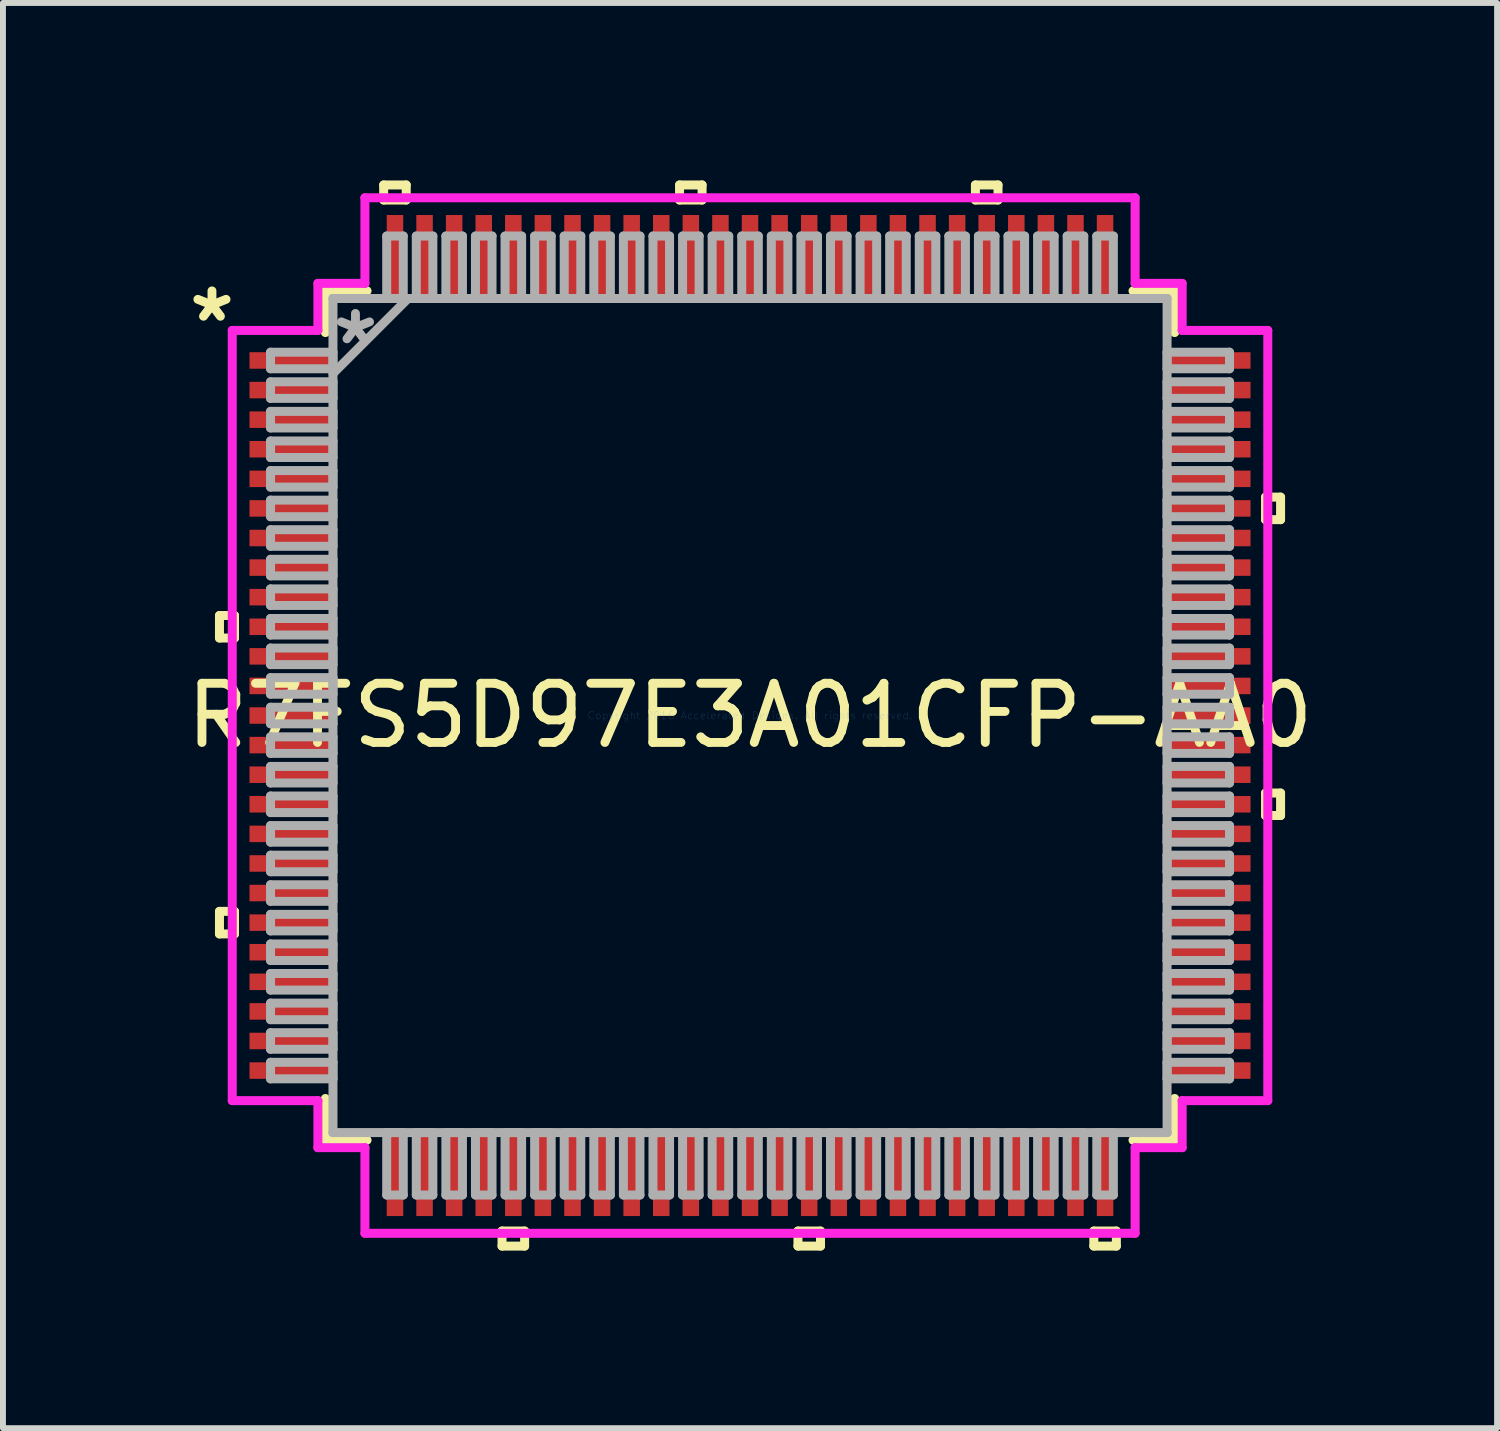
<source format=kicad_pcb>
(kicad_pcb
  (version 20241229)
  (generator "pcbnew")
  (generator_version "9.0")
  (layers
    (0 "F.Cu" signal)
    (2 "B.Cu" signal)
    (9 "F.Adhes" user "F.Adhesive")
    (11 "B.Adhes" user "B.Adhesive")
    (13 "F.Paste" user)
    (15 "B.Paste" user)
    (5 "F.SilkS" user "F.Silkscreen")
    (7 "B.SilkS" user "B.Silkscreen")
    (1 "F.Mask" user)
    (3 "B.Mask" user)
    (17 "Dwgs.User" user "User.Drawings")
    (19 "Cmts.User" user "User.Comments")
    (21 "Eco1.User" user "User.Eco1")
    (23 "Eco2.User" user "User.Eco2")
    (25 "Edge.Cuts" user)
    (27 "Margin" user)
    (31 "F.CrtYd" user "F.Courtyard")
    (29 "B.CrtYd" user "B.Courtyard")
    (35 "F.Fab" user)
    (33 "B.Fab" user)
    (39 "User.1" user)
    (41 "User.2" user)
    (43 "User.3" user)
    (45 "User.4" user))
  (footprint "R7FS5D97E3A01CFP-AA0"
    (layer "F.Cu")
    (at 9.625 9.042)
    (property "Reference" "R7FS5D97E3A01CFP-AA0" (at 0 0 0) (layer "F.SilkS") (effects (font (size 1 1) (thickness 0.15))))
    (attr through_hole)
    (fp_line (start -8.966 -1.69) (end -8.966 -1.31) (stroke (width 0.152) (type solid)) (layer "F.SilkS"))
    (fp_line (start -8.966 -1.31) (end -8.712 -1.31) (stroke (width 0.152) (type solid)) (layer "F.SilkS"))
    (fp_line (start -8.966 3.31) (end -8.966 3.691) (stroke (width 0.152) (type solid)) (layer "F.SilkS"))
    (fp_line (start -8.966 3.691) (end -8.712 3.691) (stroke (width 0.152) (type solid)) (layer "F.SilkS"))
    (fp_line (start -8.712 -1.69) (end -8.966 -1.69) (stroke (width 0.152) (type solid)) (layer "F.SilkS"))
    (fp_line (start -8.712 -1.31) (end -8.712 -1.69) (stroke (width 0.152) (type solid)) (layer "F.SilkS"))
    (fp_line (start -8.712 3.31) (end -8.966 3.31) (stroke (width 0.152) (type solid)) (layer "F.SilkS"))
    (fp_line (start -8.712 3.691) (end -8.712 3.31) (stroke (width 0.152) (type solid)) (layer "F.SilkS"))
    (fp_line (start -7.176 -7.176) (end -7.176 -6.472) (stroke (width 0.152) (type solid)) (layer "F.SilkS"))
    (fp_line (start -7.176 6.472) (end -7.176 7.176) (stroke (width 0.152) (type solid)) (layer "F.SilkS"))
    (fp_line (start -7.176 7.176) (end -6.472 7.176) (stroke (width 0.152) (type solid)) (layer "F.SilkS"))
    (fp_line (start -6.472 -7.176) (end -7.176 -7.176) (stroke (width 0.152) (type solid)) (layer "F.SilkS"))
    (fp_line (start -6.191 -8.966) (end -5.81 -8.966) (stroke (width 0.152) (type solid)) (layer "F.SilkS"))
    (fp_line (start -6.191 -8.712) (end -6.191 -8.966) (stroke (width 0.152) (type solid)) (layer "F.SilkS"))
    (fp_line (start -5.81 -8.966) (end -5.81 -8.712) (stroke (width 0.152) (type solid)) (layer "F.SilkS"))
    (fp_line (start -5.81 -8.712) (end -6.191 -8.712) (stroke (width 0.152) (type solid)) (layer "F.SilkS"))
    (fp_line (start -4.191 8.712) (end -4.191 8.966) (stroke (width 0.152) (type solid)) (layer "F.SilkS"))
    (fp_line (start -4.191 8.966) (end -3.809 8.966) (stroke (width 0.152) (type solid)) (layer "F.SilkS"))
    (fp_line (start -3.809 8.712) (end -4.191 8.712) (stroke (width 0.152) (type solid)) (layer "F.SilkS"))
    (fp_line (start -3.809 8.966) (end -3.809 8.712) (stroke (width 0.152) (type solid)) (layer "F.SilkS"))
    (fp_line (start -1.191 -8.966) (end -0.81 -8.966) (stroke (width 0.152) (type solid)) (layer "F.SilkS"))
    (fp_line (start -1.191 -8.712) (end -1.191 -8.966) (stroke (width 0.152) (type solid)) (layer "F.SilkS"))
    (fp_line (start -0.81 -8.966) (end -0.81 -8.712) (stroke (width 0.152) (type solid)) (layer "F.SilkS"))
    (fp_line (start -0.81 -8.712) (end -1.191 -8.712) (stroke (width 0.152) (type solid)) (layer "F.SilkS"))
    (fp_line (start 0.81 8.712) (end 0.81 8.966) (stroke (width 0.152) (type solid)) (layer "F.SilkS"))
    (fp_line (start 0.81 8.966) (end 1.191 8.966) (stroke (width 0.152) (type solid)) (layer "F.SilkS"))
    (fp_line (start 1.191 8.712) (end 0.81 8.712) (stroke (width 0.152) (type solid)) (layer "F.SilkS"))
    (fp_line (start 1.191 8.966) (end 1.191 8.712) (stroke (width 0.152) (type solid)) (layer "F.SilkS"))
    (fp_line (start 3.809 -8.966) (end 4.191 -8.966) (stroke (width 0.152) (type solid)) (layer "F.SilkS"))
    (fp_line (start 3.809 -8.712) (end 3.809 -8.966) (stroke (width 0.152) (type solid)) (layer "F.SilkS"))
    (fp_line (start 4.191 -8.966) (end 4.191 -8.712) (stroke (width 0.152) (type solid)) (layer "F.SilkS"))
    (fp_line (start 4.191 -8.712) (end 3.809 -8.712) (stroke (width 0.152) (type solid)) (layer "F.SilkS"))
    (fp_line (start 5.81 8.712) (end 5.81 8.966) (stroke (width 0.152) (type solid)) (layer "F.SilkS"))
    (fp_line (start 5.81 8.966) (end 6.191 8.966) (stroke (width 0.152) (type solid)) (layer "F.SilkS"))
    (fp_line (start 6.191 8.712) (end 5.81 8.712) (stroke (width 0.152) (type solid)) (layer "F.SilkS"))
    (fp_line (start 6.191 8.966) (end 6.191 8.712) (stroke (width 0.152) (type solid)) (layer "F.SilkS"))
    (fp_line (start 6.472 7.176) (end 7.176 7.176) (stroke (width 0.152) (type solid)) (layer "F.SilkS"))
    (fp_line (start 7.176 -7.176) (end 6.472 -7.176) (stroke (width 0.152) (type solid)) (layer "F.SilkS"))
    (fp_line (start 7.176 -6.472) (end 7.176 -7.176) (stroke (width 0.152) (type solid)) (layer "F.SilkS"))
    (fp_line (start 7.176 7.176) (end 7.176 6.472) (stroke (width 0.152) (type solid)) (layer "F.SilkS"))
    (fp_line (start 8.712 -3.691) (end 8.966 -3.691) (stroke (width 0.152) (type solid)) (layer "F.SilkS"))
    (fp_line (start 8.712 -3.31) (end 8.712 -3.691) (stroke (width 0.152) (type solid)) (layer "F.SilkS"))
    (fp_line (start 8.712 1.31) (end 8.966 1.31) (stroke (width 0.152) (type solid)) (layer "F.SilkS"))
    (fp_line (start 8.712 1.69) (end 8.712 1.31) (stroke (width 0.152) (type solid)) (layer "F.SilkS"))
    (fp_line (start 8.966 -3.691) (end 8.966 -3.31) (stroke (width 0.152) (type solid)) (layer "F.SilkS"))
    (fp_line (start 8.966 -3.31) (end 8.712 -3.31) (stroke (width 0.152) (type solid)) (layer "F.SilkS"))
    (fp_line (start 8.966 1.31) (end 8.966 1.69) (stroke (width 0.152) (type solid)) (layer "F.SilkS"))
    (fp_line (start 8.966 1.69) (end 8.712 1.69) (stroke (width 0.152) (type solid)) (layer "F.SilkS"))
    (fp_line (start -8.75 -6.508) (end -7.303 -6.508) (stroke (width 0.152) (type solid)) (layer "F.CrtYd"))
    (fp_line (start -8.75 6.508) (end -8.75 -6.508) (stroke (width 0.152) (type solid)) (layer "F.CrtYd"))
    (fp_line (start -7.303 -7.303) (end -6.508 -7.303) (stroke (width 0.152) (type solid)) (layer "F.CrtYd"))
    (fp_line (start -7.303 -6.508) (end -7.303 -7.303) (stroke (width 0.152) (type solid)) (layer "F.CrtYd"))
    (fp_line (start -7.303 6.508) (end -8.75 6.508) (stroke (width 0.152) (type solid)) (layer "F.CrtYd"))
    (fp_line (start -7.303 7.303) (end -7.303 6.508) (stroke (width 0.152) (type solid)) (layer "F.CrtYd"))
    (fp_line (start -6.508 -8.75) (end 6.508 -8.75) (stroke (width 0.152) (type solid)) (layer "F.CrtYd"))
    (fp_line (start -6.508 -7.303) (end -6.508 -8.75) (stroke (width 0.152) (type solid)) (layer "F.CrtYd"))
    (fp_line (start -6.508 7.303) (end -7.303 7.303) (stroke (width 0.152) (type solid)) (layer "F.CrtYd"))
    (fp_line (start -6.508 8.75) (end -6.508 7.303) (stroke (width 0.152) (type solid)) (layer "F.CrtYd"))
    (fp_line (start 6.508 -8.75) (end 6.508 -7.303) (stroke (width 0.152) (type solid)) (layer "F.CrtYd"))
    (fp_line (start 6.508 -7.303) (end 7.303 -7.303) (stroke (width 0.152) (type solid)) (layer "F.CrtYd"))
    (fp_line (start 6.508 7.303) (end 6.508 8.75) (stroke (width 0.152) (type solid)) (layer "F.CrtYd"))
    (fp_line (start 6.508 8.75) (end -6.508 8.75) (stroke (width 0.152) (type solid)) (layer "F.CrtYd"))
    (fp_line (start 7.303 -7.303) (end 7.303 -6.508) (stroke (width 0.152) (type solid)) (layer "F.CrtYd"))
    (fp_line (start 7.303 -6.508) (end 8.75 -6.508) (stroke (width 0.152) (type solid)) (layer "F.CrtYd"))
    (fp_line (start 7.303 6.508) (end 7.303 7.303) (stroke (width 0.152) (type solid)) (layer "F.CrtYd"))
    (fp_line (start 7.303 7.303) (end 6.508 7.303) (stroke (width 0.152) (type solid)) (layer "F.CrtYd"))
    (fp_line (start 8.75 -6.508) (end 8.75 6.508) (stroke (width 0.152) (type solid)) (layer "F.CrtYd"))
    (fp_line (start 8.75 6.508) (end 7.303 6.508) (stroke (width 0.152) (type solid)) (layer "F.CrtYd"))
    (fp_line (start -8.103 -6.14) (end -8.103 -5.86) (stroke (width 0.152) (type solid)) (layer "F.Fab"))
    (fp_line (start -8.103 -5.86) (end -7.048 -5.86) (stroke (width 0.152) (type solid)) (layer "F.Fab"))
    (fp_line (start -8.103 -5.64) (end -8.103 -5.36) (stroke (width 0.152) (type solid)) (layer "F.Fab"))
    (fp_line (start -8.103 -5.36) (end -7.048 -5.36) (stroke (width 0.152) (type solid)) (layer "F.Fab"))
    (fp_line (start -8.103 -5.14) (end -8.103 -4.86) (stroke (width 0.152) (type solid)) (layer "F.Fab"))
    (fp_line (start -8.103 -4.86) (end -7.048 -4.86) (stroke (width 0.152) (type solid)) (layer "F.Fab"))
    (fp_line (start -8.103 -4.64) (end -8.103 -4.36) (stroke (width 0.152) (type solid)) (layer "F.Fab"))
    (fp_line (start -8.103 -4.36) (end -7.048 -4.36) (stroke (width 0.152) (type solid)) (layer "F.Fab"))
    (fp_line (start -8.103 -4.14) (end -8.103 -3.86) (stroke (width 0.152) (type solid)) (layer "F.Fab"))
    (fp_line (start -8.103 -3.86) (end -7.048 -3.86) (stroke (width 0.152) (type solid)) (layer "F.Fab"))
    (fp_line (start -8.103 -3.64) (end -8.103 -3.36) (stroke (width 0.152) (type solid)) (layer "F.Fab"))
    (fp_line (start -8.103 -3.36) (end -7.048 -3.36) (stroke (width 0.152) (type solid)) (layer "F.Fab"))
    (fp_line (start -8.103 -3.14) (end -8.103 -2.86) (stroke (width 0.152) (type solid)) (layer "F.Fab"))
    (fp_line (start -8.103 -2.86) (end -7.048 -2.86) (stroke (width 0.152) (type solid)) (layer "F.Fab"))
    (fp_line (start -8.103 -2.64) (end -8.103 -2.36) (stroke (width 0.152) (type solid)) (layer "F.Fab"))
    (fp_line (start -8.103 -2.36) (end -7.048 -2.36) (stroke (width 0.152) (type solid)) (layer "F.Fab"))
    (fp_line (start -8.103 -2.14) (end -8.103 -1.86) (stroke (width 0.152) (type solid)) (layer "F.Fab"))
    (fp_line (start -8.103 -1.86) (end -7.048 -1.86) (stroke (width 0.152) (type solid)) (layer "F.Fab"))
    (fp_line (start -8.103 -1.64) (end -8.103 -1.36) (stroke (width 0.152) (type solid)) (layer "F.Fab"))
    (fp_line (start -8.103 -1.36) (end -7.048 -1.36) (stroke (width 0.152) (type solid)) (layer "F.Fab"))
    (fp_line (start -8.103 -1.14) (end -8.103 -0.86) (stroke (width 0.152) (type solid)) (layer "F.Fab"))
    (fp_line (start -8.103 -0.86) (end -7.048 -0.86) (stroke (width 0.152) (type solid)) (layer "F.Fab"))
    (fp_line (start -8.103 -0.64) (end -8.103 -0.36) (stroke (width 0.152) (type solid)) (layer "F.Fab"))
    (fp_line (start -8.103 -0.36) (end -7.048 -0.36) (stroke (width 0.152) (type solid)) (layer "F.Fab"))
    (fp_line (start -8.103 -0.14) (end -8.103 0.14) (stroke (width 0.152) (type solid)) (layer "F.Fab"))
    (fp_line (start -8.103 0.14) (end -7.048 0.14) (stroke (width 0.152) (type solid)) (layer "F.Fab"))
    (fp_line (start -8.103 0.36) (end -8.103 0.64) (stroke (width 0.152) (type solid)) (layer "F.Fab"))
    (fp_line (start -8.103 0.64) (end -7.048 0.64) (stroke (width 0.152) (type solid)) (layer "F.Fab"))
    (fp_line (start -8.103 0.86) (end -8.103 1.14) (stroke (width 0.152) (type solid)) (layer "F.Fab"))
    (fp_line (start -8.103 1.14) (end -7.048 1.14) (stroke (width 0.152) (type solid)) (layer "F.Fab"))
    (fp_line (start -8.103 1.36) (end -8.103 1.64) (stroke (width 0.152) (type solid)) (layer "F.Fab"))
    (fp_line (start -8.103 1.64) (end -7.048 1.64) (stroke (width 0.152) (type solid)) (layer "F.Fab"))
    (fp_line (start -8.103 1.86) (end -8.103 2.14) (stroke (width 0.152) (type solid)) (layer "F.Fab"))
    (fp_line (start -8.103 2.14) (end -7.048 2.14) (stroke (width 0.152) (type solid)) (layer "F.Fab"))
    (fp_line (start -8.103 2.36) (end -8.103 2.64) (stroke (width 0.152) (type solid)) (layer "F.Fab"))
    (fp_line (start -8.103 2.64) (end -7.048 2.64) (stroke (width 0.152) (type solid)) (layer "F.Fab"))
    (fp_line (start -8.103 2.86) (end -8.103 3.14) (stroke (width 0.152) (type solid)) (layer "F.Fab"))
    (fp_line (start -8.103 3.14) (end -7.048 3.14) (stroke (width 0.152) (type solid)) (layer "F.Fab"))
    (fp_line (start -8.103 3.36) (end -8.103 3.64) (stroke (width 0.152) (type solid)) (layer "F.Fab"))
    (fp_line (start -8.103 3.64) (end -7.048 3.64) (stroke (width 0.152) (type solid)) (layer "F.Fab"))
    (fp_line (start -8.103 3.86) (end -8.103 4.14) (stroke (width 0.152) (type solid)) (layer "F.Fab"))
    (fp_line (start -8.103 4.14) (end -7.048 4.14) (stroke (width 0.152) (type solid)) (layer "F.Fab"))
    (fp_line (start -8.103 4.36) (end -8.103 4.64) (stroke (width 0.152) (type solid)) (layer "F.Fab"))
    (fp_line (start -8.103 4.64) (end -7.048 4.64) (stroke (width 0.152) (type solid)) (layer "F.Fab"))
    (fp_line (start -8.103 4.86) (end -8.103 5.14) (stroke (width 0.152) (type solid)) (layer "F.Fab"))
    (fp_line (start -8.103 5.14) (end -7.048 5.14) (stroke (width 0.152) (type solid)) (layer "F.Fab"))
    (fp_line (start -8.103 5.36) (end -8.103 5.64) (stroke (width 0.152) (type solid)) (layer "F.Fab"))
    (fp_line (start -8.103 5.64) (end -7.048 5.64) (stroke (width 0.152) (type solid)) (layer "F.Fab"))
    (fp_line (start -8.103 5.86) (end -8.103 6.14) (stroke (width 0.152) (type solid)) (layer "F.Fab"))
    (fp_line (start -8.103 6.14) (end -7.048 6.14) (stroke (width 0.152) (type solid)) (layer "F.Fab"))
    (fp_line (start -7.048 -7.048) (end -7.048 -7.048) (stroke (width 0.152) (type solid)) (layer "F.Fab"))
    (fp_line (start -7.048 -7.048) (end -7.048 7.048) (stroke (width 0.152) (type solid)) (layer "F.Fab"))
    (fp_line (start -7.048 -6.14) (end -8.103 -6.14) (stroke (width 0.152) (type solid)) (layer "F.Fab"))
    (fp_line (start -7.048 -5.86) (end -7.048 -6.14) (stroke (width 0.152) (type solid)) (layer "F.Fab"))
    (fp_line (start -7.048 -5.779) (end -5.779 -7.048) (stroke (width 0.152) (type solid)) (layer "F.Fab"))
    (fp_line (start -7.048 -5.64) (end -8.103 -5.64) (stroke (width 0.152) (type solid)) (layer "F.Fab"))
    (fp_line (start -7.048 -5.36) (end -7.048 -5.64) (stroke (width 0.152) (type solid)) (layer "F.Fab"))
    (fp_line (start -7.048 -5.14) (end -8.103 -5.14) (stroke (width 0.152) (type solid)) (layer "F.Fab"))
    (fp_line (start -7.048 -4.86) (end -7.048 -5.14) (stroke (width 0.152) (type solid)) (layer "F.Fab"))
    (fp_line (start -7.048 -4.64) (end -8.103 -4.64) (stroke (width 0.152) (type solid)) (layer "F.Fab"))
    (fp_line (start -7.048 -4.36) (end -7.048 -4.64) (stroke (width 0.152) (type solid)) (layer "F.Fab"))
    (fp_line (start -7.048 -4.14) (end -8.103 -4.14) (stroke (width 0.152) (type solid)) (layer "F.Fab"))
    (fp_line (start -7.048 -3.86) (end -7.048 -4.14) (stroke (width 0.152) (type solid)) (layer "F.Fab"))
    (fp_line (start -7.048 -3.64) (end -8.103 -3.64) (stroke (width 0.152) (type solid)) (layer "F.Fab"))
    (fp_line (start -7.048 -3.36) (end -7.048 -3.64) (stroke (width 0.152) (type solid)) (layer "F.Fab"))
    (fp_line (start -7.048 -3.14) (end -8.103 -3.14) (stroke (width 0.152) (type solid)) (layer "F.Fab"))
    (fp_line (start -7.048 -2.86) (end -7.048 -3.14) (stroke (width 0.152) (type solid)) (layer "F.Fab"))
    (fp_line (start -7.048 -2.64) (end -8.103 -2.64) (stroke (width 0.152) (type solid)) (layer "F.Fab"))
    (fp_line (start -7.048 -2.36) (end -7.048 -2.64) (stroke (width 0.152) (type solid)) (layer "F.Fab"))
    (fp_line (start -7.048 -2.14) (end -8.103 -2.14) (stroke (width 0.152) (type solid)) (layer "F.Fab"))
    (fp_line (start -7.048 -1.86) (end -7.048 -2.14) (stroke (width 0.152) (type solid)) (layer "F.Fab"))
    (fp_line (start -7.048 -1.64) (end -8.103 -1.64) (stroke (width 0.152) (type solid)) (layer "F.Fab"))
    (fp_line (start -7.048 -1.36) (end -7.048 -1.64) (stroke (width 0.152) (type solid)) (layer "F.Fab"))
    (fp_line (start -7.048 -1.14) (end -8.103 -1.14) (stroke (width 0.152) (type solid)) (layer "F.Fab"))
    (fp_line (start -7.048 -0.86) (end -7.048 -1.14) (stroke (width 0.152) (type solid)) (layer "F.Fab"))
    (fp_line (start -7.048 -0.64) (end -8.103 -0.64) (stroke (width 0.152) (type solid)) (layer "F.Fab"))
    (fp_line (start -7.048 -0.36) (end -7.048 -0.64) (stroke (width 0.152) (type solid)) (layer "F.Fab"))
    (fp_line (start -7.048 -0.14) (end -8.103 -0.14) (stroke (width 0.152) (type solid)) (layer "F.Fab"))
    (fp_line (start -7.048 0.14) (end -7.048 -0.14) (stroke (width 0.152) (type solid)) (layer "F.Fab"))
    (fp_line (start -7.048 0.36) (end -8.103 0.36) (stroke (width 0.152) (type solid)) (layer "F.Fab"))
    (fp_line (start -7.048 0.64) (end -7.048 0.36) (stroke (width 0.152) (type solid)) (layer "F.Fab"))
    (fp_line (start -7.048 0.86) (end -8.103 0.86) (stroke (width 0.152) (type solid)) (layer "F.Fab"))
    (fp_line (start -7.048 1.14) (end -7.048 0.86) (stroke (width 0.152) (type solid)) (layer "F.Fab"))
    (fp_line (start -7.048 1.36) (end -8.103 1.36) (stroke (width 0.152) (type solid)) (layer "F.Fab"))
    (fp_line (start -7.048 1.64) (end -7.048 1.36) (stroke (width 0.152) (type solid)) (layer "F.Fab"))
    (fp_line (start -7.048 1.86) (end -8.103 1.86) (stroke (width 0.152) (type solid)) (layer "F.Fab"))
    (fp_line (start -7.048 2.14) (end -7.048 1.86) (stroke (width 0.152) (type solid)) (layer "F.Fab"))
    (fp_line (start -7.048 2.36) (end -8.103 2.36) (stroke (width 0.152) (type solid)) (layer "F.Fab"))
    (fp_line (start -7.048 2.64) (end -7.048 2.36) (stroke (width 0.152) (type solid)) (layer "F.Fab"))
    (fp_line (start -7.048 2.86) (end -8.103 2.86) (stroke (width 0.152) (type solid)) (layer "F.Fab"))
    (fp_line (start -7.048 3.14) (end -7.048 2.86) (stroke (width 0.152) (type solid)) (layer "F.Fab"))
    (fp_line (start -7.048 3.36) (end -8.103 3.36) (stroke (width 0.152) (type solid)) (layer "F.Fab"))
    (fp_line (start -7.048 3.64) (end -7.048 3.36) (stroke (width 0.152) (type solid)) (layer "F.Fab"))
    (fp_line (start -7.048 3.86) (end -8.103 3.86) (stroke (width 0.152) (type solid)) (layer "F.Fab"))
    (fp_line (start -7.048 4.14) (end -7.048 3.86) (stroke (width 0.152) (type solid)) (layer "F.Fab"))
    (fp_line (start -7.048 4.36) (end -8.103 4.36) (stroke (width 0.152) (type solid)) (layer "F.Fab"))
    (fp_line (start -7.048 4.64) (end -7.048 4.36) (stroke (width 0.152) (type solid)) (layer "F.Fab"))
    (fp_line (start -7.048 4.86) (end -8.103 4.86) (stroke (width 0.152) (type solid)) (layer "F.Fab"))
    (fp_line (start -7.048 5.14) (end -7.048 4.86) (stroke (width 0.152) (type solid)) (layer "F.Fab"))
    (fp_line (start -7.048 5.36) (end -8.103 5.36) (stroke (width 0.152) (type solid)) (layer "F.Fab"))
    (fp_line (start -7.048 5.64) (end -7.048 5.36) (stroke (width 0.152) (type solid)) (layer "F.Fab"))
    (fp_line (start -7.048 5.86) (end -8.103 5.86) (stroke (width 0.152) (type solid)) (layer "F.Fab"))
    (fp_line (start -7.048 6.14) (end -7.048 5.86) (stroke (width 0.152) (type solid)) (layer "F.Fab"))
    (fp_line (start -7.048 7.048) (end -7.048 7.048) (stroke (width 0.152) (type solid)) (layer "F.Fab"))
    (fp_line (start -7.048 7.048) (end 7.048 7.048) (stroke (width 0.152) (type solid)) (layer "F.Fab"))
    (fp_line (start -6.14 -8.103) (end -6.14 -7.048) (stroke (width 0.152) (type solid)) (layer "F.Fab"))
    (fp_line (start -6.14 -7.048) (end -5.86 -7.048) (stroke (width 0.152) (type solid)) (layer "F.Fab"))
    (fp_line (start -6.14 7.048) (end -6.14 8.103) (stroke (width 0.152) (type solid)) (layer "F.Fab"))
    (fp_line (start -6.14 8.103) (end -5.86 8.103) (stroke (width 0.152) (type solid)) (layer "F.Fab"))
    (fp_line (start -5.86 -8.103) (end -6.14 -8.103) (stroke (width 0.152) (type solid)) (layer "F.Fab"))
    (fp_line (start -5.86 -7.048) (end -5.86 -8.103) (stroke (width 0.152) (type solid)) (layer "F.Fab"))
    (fp_line (start -5.86 7.048) (end -6.14 7.048) (stroke (width 0.152) (type solid)) (layer "F.Fab"))
    (fp_line (start -5.86 8.103) (end -5.86 7.048) (stroke (width 0.152) (type solid)) (layer "F.Fab"))
    (fp_line (start -5.64 -8.103) (end -5.64 -7.048) (stroke (width 0.152) (type solid)) (layer "F.Fab"))
    (fp_line (start -5.64 -7.048) (end -5.36 -7.048) (stroke (width 0.152) (type solid)) (layer "F.Fab"))
    (fp_line (start -5.64 7.048) (end -5.64 8.103) (stroke (width 0.152) (type solid)) (layer "F.Fab"))
    (fp_line (start -5.64 8.103) (end -5.36 8.103) (stroke (width 0.152) (type solid)) (layer "F.Fab"))
    (fp_line (start -5.36 -8.103) (end -5.64 -8.103) (stroke (width 0.152) (type solid)) (layer "F.Fab"))
    (fp_line (start -5.36 -7.048) (end -5.36 -8.103) (stroke (width 0.152) (type solid)) (layer "F.Fab"))
    (fp_line (start -5.36 7.048) (end -5.64 7.048) (stroke (width 0.152) (type solid)) (layer "F.Fab"))
    (fp_line (start -5.36 8.103) (end -5.36 7.048) (stroke (width 0.152) (type solid)) (layer "F.Fab"))
    (fp_line (start -5.14 -8.103) (end -5.14 -7.048) (stroke (width 0.152) (type solid)) (layer "F.Fab"))
    (fp_line (start -5.14 -7.048) (end -4.86 -7.048) (stroke (width 0.152) (type solid)) (layer "F.Fab"))
    (fp_line (start -5.14 7.048) (end -5.14 8.103) (stroke (width 0.152) (type solid)) (layer "F.Fab"))
    (fp_line (start -5.14 8.103) (end -4.86 8.103) (stroke (width 0.152) (type solid)) (layer "F.Fab"))
    (fp_line (start -4.86 -8.103) (end -5.14 -8.103) (stroke (width 0.152) (type solid)) (layer "F.Fab"))
    (fp_line (start -4.86 -7.048) (end -4.86 -8.103) (stroke (width 0.152) (type solid)) (layer "F.Fab"))
    (fp_line (start -4.86 7.048) (end -5.14 7.048) (stroke (width 0.152) (type solid)) (layer "F.Fab"))
    (fp_line (start -4.86 8.103) (end -4.86 7.048) (stroke (width 0.152) (type solid)) (layer "F.Fab"))
    (fp_line (start -4.64 -8.103) (end -4.64 -7.048) (stroke (width 0.152) (type solid)) (layer "F.Fab"))
    (fp_line (start -4.64 -7.048) (end -4.36 -7.048) (stroke (width 0.152) (type solid)) (layer "F.Fab"))
    (fp_line (start -4.64 7.048) (end -4.64 8.103) (stroke (width 0.152) (type solid)) (layer "F.Fab"))
    (fp_line (start -4.64 8.103) (end -4.36 8.103) (stroke (width 0.152) (type solid)) (layer "F.Fab"))
    (fp_line (start -4.36 -8.103) (end -4.64 -8.103) (stroke (width 0.152) (type solid)) (layer "F.Fab"))
    (fp_line (start -4.36 -7.048) (end -4.36 -8.103) (stroke (width 0.152) (type solid)) (layer "F.Fab"))
    (fp_line (start -4.36 7.048) (end -4.64 7.048) (stroke (width 0.152) (type solid)) (layer "F.Fab"))
    (fp_line (start -4.36 8.103) (end -4.36 7.048) (stroke (width 0.152) (type solid)) (layer "F.Fab"))
    (fp_line (start -4.14 -8.103) (end -4.14 -7.048) (stroke (width 0.152) (type solid)) (layer "F.Fab"))
    (fp_line (start -4.14 -7.048) (end -3.86 -7.048) (stroke (width 0.152) (type solid)) (layer "F.Fab"))
    (fp_line (start -4.14 7.048) (end -4.14 8.103) (stroke (width 0.152) (type solid)) (layer "F.Fab"))
    (fp_line (start -4.14 8.103) (end -3.86 8.103) (stroke (width 0.152) (type solid)) (layer "F.Fab"))
    (fp_line (start -3.86 -8.103) (end -4.14 -8.103) (stroke (width 0.152) (type solid)) (layer "F.Fab"))
    (fp_line (start -3.86 -7.048) (end -3.86 -8.103) (stroke (width 0.152) (type solid)) (layer "F.Fab"))
    (fp_line (start -3.86 7.048) (end -4.14 7.048) (stroke (width 0.152) (type solid)) (layer "F.Fab"))
    (fp_line (start -3.86 8.103) (end -3.86 7.048) (stroke (width 0.152) (type solid)) (layer "F.Fab"))
    (fp_line (start -3.64 -8.103) (end -3.64 -7.048) (stroke (width 0.152) (type solid)) (layer "F.Fab"))
    (fp_line (start -3.64 -7.048) (end -3.36 -7.048) (stroke (width 0.152) (type solid)) (layer "F.Fab"))
    (fp_line (start -3.64 7.048) (end -3.64 8.103) (stroke (width 0.152) (type solid)) (layer "F.Fab"))
    (fp_line (start -3.64 8.103) (end -3.36 8.103) (stroke (width 0.152) (type solid)) (layer "F.Fab"))
    (fp_line (start -3.36 -8.103) (end -3.64 -8.103) (stroke (width 0.152) (type solid)) (layer "F.Fab"))
    (fp_line (start -3.36 -7.048) (end -3.36 -8.103) (stroke (width 0.152) (type solid)) (layer "F.Fab"))
    (fp_line (start -3.36 7.048) (end -3.64 7.048) (stroke (width 0.152) (type solid)) (layer "F.Fab"))
    (fp_line (start -3.36 8.103) (end -3.36 7.048) (stroke (width 0.152) (type solid)) (layer "F.Fab"))
    (fp_line (start -3.14 -8.103) (end -3.14 -7.048) (stroke (width 0.152) (type solid)) (layer "F.Fab"))
    (fp_line (start -3.14 -7.048) (end -2.86 -7.048) (stroke (width 0.152) (type solid)) (layer "F.Fab"))
    (fp_line (start -3.14 7.048) (end -3.14 8.103) (stroke (width 0.152) (type solid)) (layer "F.Fab"))
    (fp_line (start -3.14 8.103) (end -2.86 8.103) (stroke (width 0.152) (type solid)) (layer "F.Fab"))
    (fp_line (start -2.86 -8.103) (end -3.14 -8.103) (stroke (width 0.152) (type solid)) (layer "F.Fab"))
    (fp_line (start -2.86 -7.048) (end -2.86 -8.103) (stroke (width 0.152) (type solid)) (layer "F.Fab"))
    (fp_line (start -2.86 7.048) (end -3.14 7.048) (stroke (width 0.152) (type solid)) (layer "F.Fab"))
    (fp_line (start -2.86 8.103) (end -2.86 7.048) (stroke (width 0.152) (type solid)) (layer "F.Fab"))
    (fp_line (start -2.64 -8.103) (end -2.64 -7.048) (stroke (width 0.152) (type solid)) (layer "F.Fab"))
    (fp_line (start -2.64 -7.048) (end -2.36 -7.048) (stroke (width 0.152) (type solid)) (layer "F.Fab"))
    (fp_line (start -2.64 7.048) (end -2.64 8.103) (stroke (width 0.152) (type solid)) (layer "F.Fab"))
    (fp_line (start -2.64 8.103) (end -2.36 8.103) (stroke (width 0.152) (type solid)) (layer "F.Fab"))
    (fp_line (start -2.36 -8.103) (end -2.64 -8.103) (stroke (width 0.152) (type solid)) (layer "F.Fab"))
    (fp_line (start -2.36 -7.048) (end -2.36 -8.103) (stroke (width 0.152) (type solid)) (layer "F.Fab"))
    (fp_line (start -2.36 7.048) (end -2.64 7.048) (stroke (width 0.152) (type solid)) (layer "F.Fab"))
    (fp_line (start -2.36 8.103) (end -2.36 7.048) (stroke (width 0.152) (type solid)) (layer "F.Fab"))
    (fp_line (start -2.14 -8.103) (end -2.14 -7.048) (stroke (width 0.152) (type solid)) (layer "F.Fab"))
    (fp_line (start -2.14 -7.048) (end -1.86 -7.048) (stroke (width 0.152) (type solid)) (layer "F.Fab"))
    (fp_line (start -2.14 7.048) (end -2.14 8.103) (stroke (width 0.152) (type solid)) (layer "F.Fab"))
    (fp_line (start -2.14 8.103) (end -1.86 8.103) (stroke (width 0.152) (type solid)) (layer "F.Fab"))
    (fp_line (start -1.86 -8.103) (end -2.14 -8.103) (stroke (width 0.152) (type solid)) (layer "F.Fab"))
    (fp_line (start -1.86 -7.048) (end -1.86 -8.103) (stroke (width 0.152) (type solid)) (layer "F.Fab"))
    (fp_line (start -1.86 7.048) (end -2.14 7.048) (stroke (width 0.152) (type solid)) (layer "F.Fab"))
    (fp_line (start -1.86 8.103) (end -1.86 7.048) (stroke (width 0.152) (type solid)) (layer "F.Fab"))
    (fp_line (start -1.64 -8.103) (end -1.64 -7.048) (stroke (width 0.152) (type solid)) (layer "F.Fab"))
    (fp_line (start -1.64 -7.048) (end -1.36 -7.048) (stroke (width 0.152) (type solid)) (layer "F.Fab"))
    (fp_line (start -1.64 7.048) (end -1.64 8.103) (stroke (width 0.152) (type solid)) (layer "F.Fab"))
    (fp_line (start -1.64 8.103) (end -1.36 8.103) (stroke (width 0.152) (type solid)) (layer "F.Fab"))
    (fp_line (start -1.36 -8.103) (end -1.64 -8.103) (stroke (width 0.152) (type solid)) (layer "F.Fab"))
    (fp_line (start -1.36 -7.048) (end -1.36 -8.103) (stroke (width 0.152) (type solid)) (layer "F.Fab"))
    (fp_line (start -1.36 7.048) (end -1.64 7.048) (stroke (width 0.152) (type solid)) (layer "F.Fab"))
    (fp_line (start -1.36 8.103) (end -1.36 7.048) (stroke (width 0.152) (type solid)) (layer "F.Fab"))
    (fp_line (start -1.14 -8.103) (end -1.14 -7.048) (stroke (width 0.152) (type solid)) (layer "F.Fab"))
    (fp_line (start -1.14 -7.048) (end -0.86 -7.048) (stroke (width 0.152) (type solid)) (layer "F.Fab"))
    (fp_line (start -1.14 7.048) (end -1.14 8.103) (stroke (width 0.152) (type solid)) (layer "F.Fab"))
    (fp_line (start -1.14 8.103) (end -0.86 8.103) (stroke (width 0.152) (type solid)) (layer "F.Fab"))
    (fp_line (start -0.86 -8.103) (end -1.14 -8.103) (stroke (width 0.152) (type solid)) (layer "F.Fab"))
    (fp_line (start -0.86 -7.048) (end -0.86 -8.103) (stroke (width 0.152) (type solid)) (layer "F.Fab"))
    (fp_line (start -0.86 7.048) (end -1.14 7.048) (stroke (width 0.152) (type solid)) (layer "F.Fab"))
    (fp_line (start -0.86 8.103) (end -0.86 7.048) (stroke (width 0.152) (type solid)) (layer "F.Fab"))
    (fp_line (start -0.64 -8.103) (end -0.64 -7.048) (stroke (width 0.152) (type solid)) (layer "F.Fab"))
    (fp_line (start -0.64 -7.048) (end -0.36 -7.048) (stroke (width 0.152) (type solid)) (layer "F.Fab"))
    (fp_line (start -0.64 7.048) (end -0.64 8.103) (stroke (width 0.152) (type solid)) (layer "F.Fab"))
    (fp_line (start -0.64 8.103) (end -0.36 8.103) (stroke (width 0.152) (type solid)) (layer "F.Fab"))
    (fp_line (start -0.36 -8.103) (end -0.64 -8.103) (stroke (width 0.152) (type solid)) (layer "F.Fab"))
    (fp_line (start -0.36 -7.048) (end -0.36 -8.103) (stroke (width 0.152) (type solid)) (layer "F.Fab"))
    (fp_line (start -0.36 7.048) (end -0.64 7.048) (stroke (width 0.152) (type solid)) (layer "F.Fab"))
    (fp_line (start -0.36 8.103) (end -0.36 7.048) (stroke (width 0.152) (type solid)) (layer "F.Fab"))
    (fp_line (start -0.14 -8.103) (end -0.14 -7.048) (stroke (width 0.152) (type solid)) (layer "F.Fab"))
    (fp_line (start -0.14 -7.048) (end 0.14 -7.048) (stroke (width 0.152) (type solid)) (layer "F.Fab"))
    (fp_line (start -0.14 7.048) (end -0.14 8.103) (stroke (width 0.152) (type solid)) (layer "F.Fab"))
    (fp_line (start -0.14 8.103) (end 0.14 8.103) (stroke (width 0.152) (type solid)) (layer "F.Fab"))
    (fp_line (start 0.14 -8.103) (end -0.14 -8.103) (stroke (width 0.152) (type solid)) (layer "F.Fab"))
    (fp_line (start 0.14 -7.048) (end 0.14 -8.103) (stroke (width 0.152) (type solid)) (layer "F.Fab"))
    (fp_line (start 0.14 7.048) (end -0.14 7.048) (stroke (width 0.152) (type solid)) (layer "F.Fab"))
    (fp_line (start 0.14 8.103) (end 0.14 7.048) (stroke (width 0.152) (type solid)) (layer "F.Fab"))
    (fp_line (start 0.36 -8.103) (end 0.36 -7.048) (stroke (width 0.152) (type solid)) (layer "F.Fab"))
    (fp_line (start 0.36 -7.048) (end 0.64 -7.048) (stroke (width 0.152) (type solid)) (layer "F.Fab"))
    (fp_line (start 0.36 7.048) (end 0.36 8.103) (stroke (width 0.152) (type solid)) (layer "F.Fab"))
    (fp_line (start 0.36 8.103) (end 0.64 8.103) (stroke (width 0.152) (type solid)) (layer "F.Fab"))
    (fp_line (start 0.64 -8.103) (end 0.36 -8.103) (stroke (width 0.152) (type solid)) (layer "F.Fab"))
    (fp_line (start 0.64 -7.048) (end 0.64 -8.103) (stroke (width 0.152) (type solid)) (layer "F.Fab"))
    (fp_line (start 0.64 7.048) (end 0.36 7.048) (stroke (width 0.152) (type solid)) (layer "F.Fab"))
    (fp_line (start 0.64 8.103) (end 0.64 7.048) (stroke (width 0.152) (type solid)) (layer "F.Fab"))
    (fp_line (start 0.86 -8.103) (end 0.86 -7.048) (stroke (width 0.152) (type solid)) (layer "F.Fab"))
    (fp_line (start 0.86 -7.048) (end 1.14 -7.048) (stroke (width 0.152) (type solid)) (layer "F.Fab"))
    (fp_line (start 0.86 7.048) (end 0.86 8.103) (stroke (width 0.152) (type solid)) (layer "F.Fab"))
    (fp_line (start 0.86 8.103) (end 1.14 8.103) (stroke (width 0.152) (type solid)) (layer "F.Fab"))
    (fp_line (start 1.14 -8.103) (end 0.86 -8.103) (stroke (width 0.152) (type solid)) (layer "F.Fab"))
    (fp_line (start 1.14 -7.048) (end 1.14 -8.103) (stroke (width 0.152) (type solid)) (layer "F.Fab"))
    (fp_line (start 1.14 7.048) (end 0.86 7.048) (stroke (width 0.152) (type solid)) (layer "F.Fab"))
    (fp_line (start 1.14 8.103) (end 1.14 7.048) (stroke (width 0.152) (type solid)) (layer "F.Fab"))
    (fp_line (start 1.36 -8.103) (end 1.36 -7.048) (stroke (width 0.152) (type solid)) (layer "F.Fab"))
    (fp_line (start 1.36 -7.048) (end 1.64 -7.048) (stroke (width 0.152) (type solid)) (layer "F.Fab"))
    (fp_line (start 1.36 7.048) (end 1.36 8.103) (stroke (width 0.152) (type solid)) (layer "F.Fab"))
    (fp_line (start 1.36 8.103) (end 1.64 8.103) (stroke (width 0.152) (type solid)) (layer "F.Fab"))
    (fp_line (start 1.64 -8.103) (end 1.36 -8.103) (stroke (width 0.152) (type solid)) (layer "F.Fab"))
    (fp_line (start 1.64 -7.048) (end 1.64 -8.103) (stroke (width 0.152) (type solid)) (layer "F.Fab"))
    (fp_line (start 1.64 7.048) (end 1.36 7.048) (stroke (width 0.152) (type solid)) (layer "F.Fab"))
    (fp_line (start 1.64 8.103) (end 1.64 7.048) (stroke (width 0.152) (type solid)) (layer "F.Fab"))
    (fp_line (start 1.86 -8.103) (end 1.86 -7.048) (stroke (width 0.152) (type solid)) (layer "F.Fab"))
    (fp_line (start 1.86 -7.048) (end 2.14 -7.048) (stroke (width 0.152) (type solid)) (layer "F.Fab"))
    (fp_line (start 1.86 7.048) (end 1.86 8.103) (stroke (width 0.152) (type solid)) (layer "F.Fab"))
    (fp_line (start 1.86 8.103) (end 2.14 8.103) (stroke (width 0.152) (type solid)) (layer "F.Fab"))
    (fp_line (start 2.14 -8.103) (end 1.86 -8.103) (stroke (width 0.152) (type solid)) (layer "F.Fab"))
    (fp_line (start 2.14 -7.048) (end 2.14 -8.103) (stroke (width 0.152) (type solid)) (layer "F.Fab"))
    (fp_line (start 2.14 7.048) (end 1.86 7.048) (stroke (width 0.152) (type solid)) (layer "F.Fab"))
    (fp_line (start 2.14 8.103) (end 2.14 7.048) (stroke (width 0.152) (type solid)) (layer "F.Fab"))
    (fp_line (start 2.36 -8.103) (end 2.36 -7.048) (stroke (width 0.152) (type solid)) (layer "F.Fab"))
    (fp_line (start 2.36 -7.048) (end 2.64 -7.048) (stroke (width 0.152) (type solid)) (layer "F.Fab"))
    (fp_line (start 2.36 7.048) (end 2.36 8.103) (stroke (width 0.152) (type solid)) (layer "F.Fab"))
    (fp_line (start 2.36 8.103) (end 2.64 8.103) (stroke (width 0.152) (type solid)) (layer "F.Fab"))
    (fp_line (start 2.64 -8.103) (end 2.36 -8.103) (stroke (width 0.152) (type solid)) (layer "F.Fab"))
    (fp_line (start 2.64 -7.048) (end 2.64 -8.103) (stroke (width 0.152) (type solid)) (layer "F.Fab"))
    (fp_line (start 2.64 7.048) (end 2.36 7.048) (stroke (width 0.152) (type solid)) (layer "F.Fab"))
    (fp_line (start 2.64 8.103) (end 2.64 7.048) (stroke (width 0.152) (type solid)) (layer "F.Fab"))
    (fp_line (start 2.86 -8.103) (end 2.86 -7.048) (stroke (width 0.152) (type solid)) (layer "F.Fab"))
    (fp_line (start 2.86 -7.048) (end 3.14 -7.048) (stroke (width 0.152) (type solid)) (layer "F.Fab"))
    (fp_line (start 2.86 7.048) (end 2.86 8.103) (stroke (width 0.152) (type solid)) (layer "F.Fab"))
    (fp_line (start 2.86 8.103) (end 3.14 8.103) (stroke (width 0.152) (type solid)) (layer "F.Fab"))
    (fp_line (start 3.14 -8.103) (end 2.86 -8.103) (stroke (width 0.152) (type solid)) (layer "F.Fab"))
    (fp_line (start 3.14 -7.048) (end 3.14 -8.103) (stroke (width 0.152) (type solid)) (layer "F.Fab"))
    (fp_line (start 3.14 7.048) (end 2.86 7.048) (stroke (width 0.152) (type solid)) (layer "F.Fab"))
    (fp_line (start 3.14 8.103) (end 3.14 7.048) (stroke (width 0.152) (type solid)) (layer "F.Fab"))
    (fp_line (start 3.36 -8.103) (end 3.36 -7.048) (stroke (width 0.152) (type solid)) (layer "F.Fab"))
    (fp_line (start 3.36 -7.048) (end 3.64 -7.048) (stroke (width 0.152) (type solid)) (layer "F.Fab"))
    (fp_line (start 3.36 7.048) (end 3.36 8.103) (stroke (width 0.152) (type solid)) (layer "F.Fab"))
    (fp_line (start 3.36 8.103) (end 3.64 8.103) (stroke (width 0.152) (type solid)) (layer "F.Fab"))
    (fp_line (start 3.64 -8.103) (end 3.36 -8.103) (stroke (width 0.152) (type solid)) (layer "F.Fab"))
    (fp_line (start 3.64 -7.048) (end 3.64 -8.103) (stroke (width 0.152) (type solid)) (layer "F.Fab"))
    (fp_line (start 3.64 7.048) (end 3.36 7.048) (stroke (width 0.152) (type solid)) (layer "F.Fab"))
    (fp_line (start 3.64 8.103) (end 3.64 7.048) (stroke (width 0.152) (type solid)) (layer "F.Fab"))
    (fp_line (start 3.86 -8.103) (end 3.86 -7.048) (stroke (width 0.152) (type solid)) (layer "F.Fab"))
    (fp_line (start 3.86 -7.048) (end 4.14 -7.048) (stroke (width 0.152) (type solid)) (layer "F.Fab"))
    (fp_line (start 3.86 7.048) (end 3.86 8.103) (stroke (width 0.152) (type solid)) (layer "F.Fab"))
    (fp_line (start 3.86 8.103) (end 4.14 8.103) (stroke (width 0.152) (type solid)) (layer "F.Fab"))
    (fp_line (start 4.14 -8.103) (end 3.86 -8.103) (stroke (width 0.152) (type solid)) (layer "F.Fab"))
    (fp_line (start 4.14 -7.048) (end 4.14 -8.103) (stroke (width 0.152) (type solid)) (layer "F.Fab"))
    (fp_line (start 4.14 7.048) (end 3.86 7.048) (stroke (width 0.152) (type solid)) (layer "F.Fab"))
    (fp_line (start 4.14 8.103) (end 4.14 7.048) (stroke (width 0.152) (type solid)) (layer "F.Fab"))
    (fp_line (start 4.36 -8.103) (end 4.36 -7.048) (stroke (width 0.152) (type solid)) (layer "F.Fab"))
    (fp_line (start 4.36 -7.048) (end 4.64 -7.048) (stroke (width 0.152) (type solid)) (layer "F.Fab"))
    (fp_line (start 4.36 7.048) (end 4.36 8.103) (stroke (width 0.152) (type solid)) (layer "F.Fab"))
    (fp_line (start 4.36 8.103) (end 4.64 8.103) (stroke (width 0.152) (type solid)) (layer "F.Fab"))
    (fp_line (start 4.64 -8.103) (end 4.36 -8.103) (stroke (width 0.152) (type solid)) (layer "F.Fab"))
    (fp_line (start 4.64 -7.048) (end 4.64 -8.103) (stroke (width 0.152) (type solid)) (layer "F.Fab"))
    (fp_line (start 4.64 7.048) (end 4.36 7.048) (stroke (width 0.152) (type solid)) (layer "F.Fab"))
    (fp_line (start 4.64 8.103) (end 4.64 7.048) (stroke (width 0.152) (type solid)) (layer "F.Fab"))
    (fp_line (start 4.86 -8.103) (end 4.86 -7.048) (stroke (width 0.152) (type solid)) (layer "F.Fab"))
    (fp_line (start 4.86 -7.048) (end 5.14 -7.048) (stroke (width 0.152) (type solid)) (layer "F.Fab"))
    (fp_line (start 4.86 7.048) (end 4.86 8.103) (stroke (width 0.152) (type solid)) (layer "F.Fab"))
    (fp_line (start 4.86 8.103) (end 5.14 8.103) (stroke (width 0.152) (type solid)) (layer "F.Fab"))
    (fp_line (start 5.14 -8.103) (end 4.86 -8.103) (stroke (width 0.152) (type solid)) (layer "F.Fab"))
    (fp_line (start 5.14 -7.048) (end 5.14 -8.103) (stroke (width 0.152) (type solid)) (layer "F.Fab"))
    (fp_line (start 5.14 7.048) (end 4.86 7.048) (stroke (width 0.152) (type solid)) (layer "F.Fab"))
    (fp_line (start 5.14 8.103) (end 5.14 7.048) (stroke (width 0.152) (type solid)) (layer "F.Fab"))
    (fp_line (start 5.36 -8.103) (end 5.36 -7.048) (stroke (width 0.152) (type solid)) (layer "F.Fab"))
    (fp_line (start 5.36 -7.048) (end 5.64 -7.048) (stroke (width 0.152) (type solid)) (layer "F.Fab"))
    (fp_line (start 5.36 7.048) (end 5.36 8.103) (stroke (width 0.152) (type solid)) (layer "F.Fab"))
    (fp_line (start 5.36 8.103) (end 5.64 8.103) (stroke (width 0.152) (type solid)) (layer "F.Fab"))
    (fp_line (start 5.64 -8.103) (end 5.36 -8.103) (stroke (width 0.152) (type solid)) (layer "F.Fab"))
    (fp_line (start 5.64 -7.048) (end 5.64 -8.103) (stroke (width 0.152) (type solid)) (layer "F.Fab"))
    (fp_line (start 5.64 7.048) (end 5.36 7.048) (stroke (width 0.152) (type solid)) (layer "F.Fab"))
    (fp_line (start 5.64 8.103) (end 5.64 7.048) (stroke (width 0.152) (type solid)) (layer "F.Fab"))
    (fp_line (start 5.86 -8.103) (end 5.86 -7.048) (stroke (width 0.152) (type solid)) (layer "F.Fab"))
    (fp_line (start 5.86 -7.048) (end 6.14 -7.048) (stroke (width 0.152) (type solid)) (layer "F.Fab"))
    (fp_line (start 5.86 7.048) (end 5.86 8.103) (stroke (width 0.152) (type solid)) (layer "F.Fab"))
    (fp_line (start 5.86 8.103) (end 6.14 8.103) (stroke (width 0.152) (type solid)) (layer "F.Fab"))
    (fp_line (start 6.14 -8.103) (end 5.86 -8.103) (stroke (width 0.152) (type solid)) (layer "F.Fab"))
    (fp_line (start 6.14 -7.048) (end 6.14 -8.103) (stroke (width 0.152) (type solid)) (layer "F.Fab"))
    (fp_line (start 6.14 7.048) (end 5.86 7.048) (stroke (width 0.152) (type solid)) (layer "F.Fab"))
    (fp_line (start 6.14 8.103) (end 6.14 7.048) (stroke (width 0.152) (type solid)) (layer "F.Fab"))
    (fp_line (start 7.048 -7.048) (end -7.048 -7.048) (stroke (width 0.152) (type solid)) (layer "F.Fab"))
    (fp_line (start 7.048 -7.048) (end 7.048 -7.048) (stroke (width 0.152) (type solid)) (layer "F.Fab"))
    (fp_line (start 7.048 -6.14) (end 7.048 -5.86) (stroke (width 0.152) (type solid)) (layer "F.Fab"))
    (fp_line (start 7.048 -5.86) (end 8.103 -5.86) (stroke (width 0.152) (type solid)) (layer "F.Fab"))
    (fp_line (start 7.048 -5.64) (end 7.048 -5.36) (stroke (width 0.152) (type solid)) (layer "F.Fab"))
    (fp_line (start 7.048 -5.36) (end 8.103 -5.36) (stroke (width 0.152) (type solid)) (layer "F.Fab"))
    (fp_line (start 7.048 -5.14) (end 7.048 -4.86) (stroke (width 0.152) (type solid)) (layer "F.Fab"))
    (fp_line (start 7.048 -4.86) (end 8.103 -4.86) (stroke (width 0.152) (type solid)) (layer "F.Fab"))
    (fp_line (start 7.048 -4.64) (end 7.048 -4.36) (stroke (width 0.152) (type solid)) (layer "F.Fab"))
    (fp_line (start 7.048 -4.36) (end 8.103 -4.36) (stroke (width 0.152) (type solid)) (layer "F.Fab"))
    (fp_line (start 7.048 -4.14) (end 7.048 -3.86) (stroke (width 0.152) (type solid)) (layer "F.Fab"))
    (fp_line (start 7.048 -3.86) (end 8.103 -3.86) (stroke (width 0.152) (type solid)) (layer "F.Fab"))
    (fp_line (start 7.048 -3.64) (end 7.048 -3.36) (stroke (width 0.152) (type solid)) (layer "F.Fab"))
    (fp_line (start 7.048 -3.36) (end 8.103 -3.36) (stroke (width 0.152) (type solid)) (layer "F.Fab"))
    (fp_line (start 7.048 -3.14) (end 7.048 -2.86) (stroke (width 0.152) (type solid)) (layer "F.Fab"))
    (fp_line (start 7.048 -2.86) (end 8.103 -2.86) (stroke (width 0.152) (type solid)) (layer "F.Fab"))
    (fp_line (start 7.048 -2.64) (end 7.048 -2.36) (stroke (width 0.152) (type solid)) (layer "F.Fab"))
    (fp_line (start 7.048 -2.36) (end 8.103 -2.36) (stroke (width 0.152) (type solid)) (layer "F.Fab"))
    (fp_line (start 7.048 -2.14) (end 7.048 -1.86) (stroke (width 0.152) (type solid)) (layer "F.Fab"))
    (fp_line (start 7.048 -1.86) (end 8.103 -1.86) (stroke (width 0.152) (type solid)) (layer "F.Fab"))
    (fp_line (start 7.048 -1.64) (end 7.048 -1.36) (stroke (width 0.152) (type solid)) (layer "F.Fab"))
    (fp_line (start 7.048 -1.36) (end 8.103 -1.36) (stroke (width 0.152) (type solid)) (layer "F.Fab"))
    (fp_line (start 7.048 -1.14) (end 7.048 -0.86) (stroke (width 0.152) (type solid)) (layer "F.Fab"))
    (fp_line (start 7.048 -0.86) (end 8.103 -0.86) (stroke (width 0.152) (type solid)) (layer "F.Fab"))
    (fp_line (start 7.048 -0.64) (end 7.048 -0.36) (stroke (width 0.152) (type solid)) (layer "F.Fab"))
    (fp_line (start 7.048 -0.36) (end 8.103 -0.36) (stroke (width 0.152) (type solid)) (layer "F.Fab"))
    (fp_line (start 7.048 -0.14) (end 7.048 0.14) (stroke (width 0.152) (type solid)) (layer "F.Fab"))
    (fp_line (start 7.048 0.14) (end 8.103 0.14) (stroke (width 0.152) (type solid)) (layer "F.Fab"))
    (fp_line (start 7.048 0.36) (end 7.048 0.64) (stroke (width 0.152) (type solid)) (layer "F.Fab"))
    (fp_line (start 7.048 0.64) (end 8.103 0.64) (stroke (width 0.152) (type solid)) (layer "F.Fab"))
    (fp_line (start 7.048 0.86) (end 7.048 1.14) (stroke (width 0.152) (type solid)) (layer "F.Fab"))
    (fp_line (start 7.048 1.14) (end 8.103 1.14) (stroke (width 0.152) (type solid)) (layer "F.Fab"))
    (fp_line (start 7.048 1.36) (end 7.048 1.64) (stroke (width 0.152) (type solid)) (layer "F.Fab"))
    (fp_line (start 7.048 1.64) (end 8.103 1.64) (stroke (width 0.152) (type solid)) (layer "F.Fab"))
    (fp_line (start 7.048 1.86) (end 7.048 2.14) (stroke (width 0.152) (type solid)) (layer "F.Fab"))
    (fp_line (start 7.048 2.14) (end 8.103 2.14) (stroke (width 0.152) (type solid)) (layer "F.Fab"))
    (fp_line (start 7.048 2.36) (end 7.048 2.64) (stroke (width 0.152) (type solid)) (layer "F.Fab"))
    (fp_line (start 7.048 2.64) (end 8.103 2.64) (stroke (width 0.152) (type solid)) (layer "F.Fab"))
    (fp_line (start 7.048 2.86) (end 7.048 3.14) (stroke (width 0.152) (type solid)) (layer "F.Fab"))
    (fp_line (start 7.048 3.14) (end 8.103 3.14) (stroke (width 0.152) (type solid)) (layer "F.Fab"))
    (fp_line (start 7.048 3.36) (end 7.048 3.64) (stroke (width 0.152) (type solid)) (layer "F.Fab"))
    (fp_line (start 7.048 3.64) (end 8.103 3.64) (stroke (width 0.152) (type solid)) (layer "F.Fab"))
    (fp_line (start 7.048 3.86) (end 7.048 4.14) (stroke (width 0.152) (type solid)) (layer "F.Fab"))
    (fp_line (start 7.048 4.14) (end 8.103 4.14) (stroke (width 0.152) (type solid)) (layer "F.Fab"))
    (fp_line (start 7.048 4.36) (end 7.048 4.64) (stroke (width 0.152) (type solid)) (layer "F.Fab"))
    (fp_line (start 7.048 4.64) (end 8.103 4.64) (stroke (width 0.152) (type solid)) (layer "F.Fab"))
    (fp_line (start 7.048 4.86) (end 7.048 5.14) (stroke (width 0.152) (type solid)) (layer "F.Fab"))
    (fp_line (start 7.048 5.14) (end 8.103 5.14) (stroke (width 0.152) (type solid)) (layer "F.Fab"))
    (fp_line (start 7.048 5.36) (end 7.048 5.64) (stroke (width 0.152) (type solid)) (layer "F.Fab"))
    (fp_line (start 7.048 5.64) (end 8.103 5.64) (stroke (width 0.152) (type solid)) (layer "F.Fab"))
    (fp_line (start 7.048 5.86) (end 7.048 6.14) (stroke (width 0.152) (type solid)) (layer "F.Fab"))
    (fp_line (start 7.048 6.14) (end 8.103 6.14) (stroke (width 0.152) (type solid)) (layer "F.Fab"))
    (fp_line (start 7.048 7.048) (end 7.048 -7.048) (stroke (width 0.152) (type solid)) (layer "F.Fab"))
    (fp_line (start 7.048 7.048) (end 7.048 7.048) (stroke (width 0.152) (type solid)) (layer "F.Fab"))
    (fp_line (start 8.103 -6.14) (end 7.048 -6.14) (stroke (width 0.152) (type solid)) (layer "F.Fab"))
    (fp_line (start 8.103 -5.86) (end 8.103 -6.14) (stroke (width 0.152) (type solid)) (layer "F.Fab"))
    (fp_line (start 8.103 -5.64) (end 7.048 -5.64) (stroke (width 0.152) (type solid)) (layer "F.Fab"))
    (fp_line (start 8.103 -5.36) (end 8.103 -5.64) (stroke (width 0.152) (type solid)) (layer "F.Fab"))
    (fp_line (start 8.103 -5.14) (end 7.048 -5.14) (stroke (width 0.152) (type solid)) (layer "F.Fab"))
    (fp_line (start 8.103 -4.86) (end 8.103 -5.14) (stroke (width 0.152) (type solid)) (layer "F.Fab"))
    (fp_line (start 8.103 -4.64) (end 7.048 -4.64) (stroke (width 0.152) (type solid)) (layer "F.Fab"))
    (fp_line (start 8.103 -4.36) (end 8.103 -4.64) (stroke (width 0.152) (type solid)) (layer "F.Fab"))
    (fp_line (start 8.103 -4.14) (end 7.048 -4.14) (stroke (width 0.152) (type solid)) (layer "F.Fab"))
    (fp_line (start 8.103 -3.86) (end 8.103 -4.14) (stroke (width 0.152) (type solid)) (layer "F.Fab"))
    (fp_line (start 8.103 -3.64) (end 7.048 -3.64) (stroke (width 0.152) (type solid)) (layer "F.Fab"))
    (fp_line (start 8.103 -3.36) (end 8.103 -3.64) (stroke (width 0.152) (type solid)) (layer "F.Fab"))
    (fp_line (start 8.103 -3.14) (end 7.048 -3.14) (stroke (width 0.152) (type solid)) (layer "F.Fab"))
    (fp_line (start 8.103 -2.86) (end 8.103 -3.14) (stroke (width 0.152) (type solid)) (layer "F.Fab"))
    (fp_line (start 8.103 -2.64) (end 7.048 -2.64) (stroke (width 0.152) (type solid)) (layer "F.Fab"))
    (fp_line (start 8.103 -2.36) (end 8.103 -2.64) (stroke (width 0.152) (type solid)) (layer "F.Fab"))
    (fp_line (start 8.103 -2.14) (end 7.048 -2.14) (stroke (width 0.152) (type solid)) (layer "F.Fab"))
    (fp_line (start 8.103 -1.86) (end 8.103 -2.14) (stroke (width 0.152) (type solid)) (layer "F.Fab"))
    (fp_line (start 8.103 -1.64) (end 7.048 -1.64) (stroke (width 0.152) (type solid)) (layer "F.Fab"))
    (fp_line (start 8.103 -1.36) (end 8.103 -1.64) (stroke (width 0.152) (type solid)) (layer "F.Fab"))
    (fp_line (start 8.103 -1.14) (end 7.048 -1.14) (stroke (width 0.152) (type solid)) (layer "F.Fab"))
    (fp_line (start 8.103 -0.86) (end 8.103 -1.14) (stroke (width 0.152) (type solid)) (layer "F.Fab"))
    (fp_line (start 8.103 -0.64) (end 7.048 -0.64) (stroke (width 0.152) (type solid)) (layer "F.Fab"))
    (fp_line (start 8.103 -0.36) (end 8.103 -0.64) (stroke (width 0.152) (type solid)) (layer "F.Fab"))
    (fp_line (start 8.103 -0.14) (end 7.048 -0.14) (stroke (width 0.152) (type solid)) (layer "F.Fab"))
    (fp_line (start 8.103 0.14) (end 8.103 -0.14) (stroke (width 0.152) (type solid)) (layer "F.Fab"))
    (fp_line (start 8.103 0.36) (end 7.048 0.36) (stroke (width 0.152) (type solid)) (layer "F.Fab"))
    (fp_line (start 8.103 0.64) (end 8.103 0.36) (stroke (width 0.152) (type solid)) (layer "F.Fab"))
    (fp_line (start 8.103 0.86) (end 7.048 0.86) (stroke (width 0.152) (type solid)) (layer "F.Fab"))
    (fp_line (start 8.103 1.14) (end 8.103 0.86) (stroke (width 0.152) (type solid)) (layer "F.Fab"))
    (fp_line (start 8.103 1.36) (end 7.048 1.36) (stroke (width 0.152) (type solid)) (layer "F.Fab"))
    (fp_line (start 8.103 1.64) (end 8.103 1.36) (stroke (width 0.152) (type solid)) (layer "F.Fab"))
    (fp_line (start 8.103 1.86) (end 7.048 1.86) (stroke (width 0.152) (type solid)) (layer "F.Fab"))
    (fp_line (start 8.103 2.14) (end 8.103 1.86) (stroke (width 0.152) (type solid)) (layer "F.Fab"))
    (fp_line (start 8.103 2.36) (end 7.048 2.36) (stroke (width 0.152) (type solid)) (layer "F.Fab"))
    (fp_line (start 8.103 2.64) (end 8.103 2.36) (stroke (width 0.152) (type solid)) (layer "F.Fab"))
    (fp_line (start 8.103 2.86) (end 7.048 2.86) (stroke (width 0.152) (type solid)) (layer "F.Fab"))
    (fp_line (start 8.103 3.14) (end 8.103 2.86) (stroke (width 0.152) (type solid)) (layer "F.Fab"))
    (fp_line (start 8.103 3.36) (end 7.048 3.36) (stroke (width 0.152) (type solid)) (layer "F.Fab"))
    (fp_line (start 8.103 3.64) (end 8.103 3.36) (stroke (width 0.152) (type solid)) (layer "F.Fab"))
    (fp_line (start 8.103 3.86) (end 7.048 3.86) (stroke (width 0.152) (type solid)) (layer "F.Fab"))
    (fp_line (start 8.103 4.14) (end 8.103 3.86) (stroke (width 0.152) (type solid)) (layer "F.Fab"))
    (fp_line (start 8.103 4.36) (end 7.048 4.36) (stroke (width 0.152) (type solid)) (layer "F.Fab"))
    (fp_line (start 8.103 4.64) (end 8.103 4.36) (stroke (width 0.152) (type solid)) (layer "F.Fab"))
    (fp_line (start 8.103 4.86) (end 7.048 4.86) (stroke (width 0.152) (type solid)) (layer "F.Fab"))
    (fp_line (start 8.103 5.14) (end 8.103 4.86) (stroke (width 0.152) (type solid)) (layer "F.Fab"))
    (fp_line (start 8.103 5.36) (end 7.048 5.36) (stroke (width 0.152) (type solid)) (layer "F.Fab"))
    (fp_line (start 8.103 5.64) (end 8.103 5.36) (stroke (width 0.152) (type solid)) (layer "F.Fab"))
    (fp_line (start 8.103 5.86) (end 7.048 5.86) (stroke (width 0.152) (type solid)) (layer "F.Fab"))
    (fp_line (start 8.103 6.14) (end 8.103 5.86) (stroke (width 0.152) (type solid)) (layer "F.Fab"))
    (fp_text user "*" (at -9.093 -6.631 0) (layer "F.SilkS") (effects (font (size 1 1) (thickness 0.15))))
    (fp_text user "Copyright 2016 Accelerated Designs. All rights reserved." (at 0 0 0) (layer "Cmts.User") (effects (font (size 0.127 0.127) (thickness 0.002))))
    (fp_text user "*" (at -6.668 -6.25 0) (layer "F.Fab") (effects (font (size 1 1) (thickness 0.15))))
    (pad "1" smd rect (at -7.722 -6 90) (size 0.279 1.473) (layers "F.Cu" "F.Mask" "F.Paste"))
    (pad "2" smd rect (at -7.722 -5.5 90) (size 0.279 1.473) (layers "F.Cu" "F.Mask" "F.Paste"))
    (pad "3" smd rect (at -7.722 -5 90) (size 0.279 1.473) (layers "F.Cu" "F.Mask" "F.Paste"))
    (pad "4" smd rect (at -7.722 -4.5 90) (size 0.279 1.473) (layers "F.Cu" "F.Mask" "F.Paste"))
    (pad "5" smd rect (at -7.722 -4 90) (size 0.279 1.473) (layers "F.Cu" "F.Mask" "F.Paste"))
    (pad "6" smd rect (at -7.722 -3.5 90) (size 0.279 1.473) (layers "F.Cu" "F.Mask" "F.Paste"))
    (pad "7" smd rect (at -7.722 -3 90) (size 0.279 1.473) (layers "F.Cu" "F.Mask" "F.Paste"))
    (pad "8" smd rect (at -7.722 -2.5 90) (size 0.279 1.473) (layers "F.Cu" "F.Mask" "F.Paste"))
    (pad "9" smd rect (at -7.722 -2 90) (size 0.279 1.473) (layers "F.Cu" "F.Mask" "F.Paste"))
    (pad "10" smd rect (at -7.722 -1.5 90) (size 0.279 1.473) (layers "F.Cu" "F.Mask" "F.Paste"))
    (pad "11" smd rect (at -7.722 -1 90) (size 0.279 1.473) (layers "F.Cu" "F.Mask" "F.Paste"))
    (pad "12" smd rect (at -7.722 -0.5 90) (size 0.279 1.473) (layers "F.Cu" "F.Mask" "F.Paste"))
    (pad "13" smd rect (at -7.722 0 90) (size 0.279 1.473) (layers "F.Cu" "F.Mask" "F.Paste"))
    (pad "14" smd rect (at -7.722 0.5 90) (size 0.279 1.473) (layers "F.Cu" "F.Mask" "F.Paste"))
    (pad "15" smd rect (at -7.722 1 90) (size 0.279 1.473) (layers "F.Cu" "F.Mask" "F.Paste"))
    (pad "16" smd rect (at -7.722 1.5 90) (size 0.279 1.473) (layers "F.Cu" "F.Mask" "F.Paste"))
    (pad "17" smd rect (at -7.722 2 90) (size 0.279 1.473) (layers "F.Cu" "F.Mask" "F.Paste"))
    (pad "18" smd rect (at -7.722 2.5 90) (size 0.279 1.473) (layers "F.Cu" "F.Mask" "F.Paste"))
    (pad "19" smd rect (at -7.722 3 90) (size 0.279 1.473) (layers "F.Cu" "F.Mask" "F.Paste"))
    (pad "20" smd rect (at -7.722 3.5 90) (size 0.279 1.473) (layers "F.Cu" "F.Mask" "F.Paste"))
    (pad "21" smd rect (at -7.722 4 90) (size 0.279 1.473) (layers "F.Cu" "F.Mask" "F.Paste"))
    (pad "22" smd rect (at -7.722 4.5 90) (size 0.279 1.473) (layers "F.Cu" "F.Mask" "F.Paste"))
    (pad "23" smd rect (at -7.722 5 90) (size 0.279 1.473) (layers "F.Cu" "F.Mask" "F.Paste"))
    (pad "24" smd rect (at -7.722 5.5 90) (size 0.279 1.473) (layers "F.Cu" "F.Mask" "F.Paste"))
    (pad "25" smd rect (at -7.722 6 90) (size 0.279 1.473) (layers "F.Cu" "F.Mask" "F.Paste"))
    (pad "26" smd rect (at -6 7.722) (size 0.279 1.473) (layers "F.Cu" "F.Mask" "F.Paste"))
    (pad "27" smd rect (at -5.5 7.722) (size 0.279 1.473) (layers "F.Cu" "F.Mask" "F.Paste"))
    (pad "28" smd rect (at -5 7.722) (size 0.279 1.473) (layers "F.Cu" "F.Mask" "F.Paste"))
    (pad "29" smd rect (at -4.5 7.722) (size 0.279 1.473) (layers "F.Cu" "F.Mask" "F.Paste"))
    (pad "30" smd rect (at -4 7.722) (size 0.279 1.473) (layers "F.Cu" "F.Mask" "F.Paste"))
    (pad "31" smd rect (at -3.5 7.722) (size 0.279 1.473) (layers "F.Cu" "F.Mask" "F.Paste"))
    (pad "32" smd rect (at -3 7.722) (size 0.279 1.473) (layers "F.Cu" "F.Mask" "F.Paste"))
    (pad "33" smd rect (at -2.5 7.722) (size 0.279 1.473) (layers "F.Cu" "F.Mask" "F.Paste"))
    (pad "34" smd rect (at -2 7.722) (size 0.279 1.473) (layers "F.Cu" "F.Mask" "F.Paste"))
    (pad "35" smd rect (at -1.5 7.722) (size 0.279 1.473) (layers "F.Cu" "F.Mask" "F.Paste"))
    (pad "36" smd rect (at -1 7.722) (size 0.279 1.473) (layers "F.Cu" "F.Mask" "F.Paste"))
    (pad "37" smd rect (at -0.5 7.722) (size 0.279 1.473) (layers "F.Cu" "F.Mask" "F.Paste"))
    (pad "38" smd rect (at 0 7.722) (size 0.279 1.473) (layers "F.Cu" "F.Mask" "F.Paste"))
    (pad "39" smd rect (at 0.5 7.722) (size 0.279 1.473) (layers "F.Cu" "F.Mask" "F.Paste"))
    (pad "40" smd rect (at 1 7.722) (size 0.279 1.473) (layers "F.Cu" "F.Mask" "F.Paste"))
    (pad "41" smd rect (at 1.5 7.722) (size 0.279 1.473) (layers "F.Cu" "F.Mask" "F.Paste"))
    (pad "42" smd rect (at 2 7.722) (size 0.279 1.473) (layers "F.Cu" "F.Mask" "F.Paste"))
    (pad "43" smd rect (at 2.5 7.722) (size 0.279 1.473) (layers "F.Cu" "F.Mask" "F.Paste"))
    (pad "44" smd rect (at 3 7.722) (size 0.279 1.473) (layers "F.Cu" "F.Mask" "F.Paste"))
    (pad "45" smd rect (at 3.5 7.722) (size 0.279 1.473) (layers "F.Cu" "F.Mask" "F.Paste"))
    (pad "46" smd rect (at 4 7.722) (size 0.279 1.473) (layers "F.Cu" "F.Mask" "F.Paste"))
    (pad "47" smd rect (at 4.5 7.722) (size 0.279 1.473) (layers "F.Cu" "F.Mask" "F.Paste"))
    (pad "48" smd rect (at 5 7.722) (size 0.279 1.473) (layers "F.Cu" "F.Mask" "F.Paste"))
    (pad "49" smd rect (at 5.5 7.722) (size 0.279 1.473) (layers "F.Cu" "F.Mask" "F.Paste"))
    (pad "50" smd rect (at 6 7.722) (size 0.279 1.473) (layers "F.Cu" "F.Mask" "F.Paste"))
    (pad "51" smd rect (at 7.722 6 90) (size 0.279 1.473) (layers "F.Cu" "F.Mask" "F.Paste"))
    (pad "52" smd rect (at 7.722 5.5 90) (size 0.279 1.473) (layers "F.Cu" "F.Mask" "F.Paste"))
    (pad "53" smd rect (at 7.722 5 90) (size 0.279 1.473) (layers "F.Cu" "F.Mask" "F.Paste"))
    (pad "54" smd rect (at 7.722 4.5 90) (size 0.279 1.473) (layers "F.Cu" "F.Mask" "F.Paste"))
    (pad "55" smd rect (at 7.722 4 90) (size 0.279 1.473) (layers "F.Cu" "F.Mask" "F.Paste"))
    (pad "56" smd rect (at 7.722 3.5 90) (size 0.279 1.473) (layers "F.Cu" "F.Mask" "F.Paste"))
    (pad "57" smd rect (at 7.722 3 90) (size 0.279 1.473) (layers "F.Cu" "F.Mask" "F.Paste"))
    (pad "58" smd rect (at 7.722 2.5 90) (size 0.279 1.473) (layers "F.Cu" "F.Mask" "F.Paste"))
    (pad "59" smd rect (at 7.722 2 90) (size 0.279 1.473) (layers "F.Cu" "F.Mask" "F.Paste"))
    (pad "60" smd rect (at 7.722 1.5 90) (size 0.279 1.473) (layers "F.Cu" "F.Mask" "F.Paste"))
    (pad "61" smd rect (at 7.722 1 90) (size 0.279 1.473) (layers "F.Cu" "F.Mask" "F.Paste"))
    (pad "62" smd rect (at 7.722 0.5 90) (size 0.279 1.473) (layers "F.Cu" "F.Mask" "F.Paste"))
    (pad "63" smd rect (at 7.722 0 90) (size 0.279 1.473) (layers "F.Cu" "F.Mask" "F.Paste"))
    (pad "64" smd rect (at 7.722 -0.5 90) (size 0.279 1.473) (layers "F.Cu" "F.Mask" "F.Paste"))
    (pad "65" smd rect (at 7.722 -1 90) (size 0.279 1.473) (layers "F.Cu" "F.Mask" "F.Paste"))
    (pad "66" smd rect (at 7.722 -1.5 90) (size 0.279 1.473) (layers "F.Cu" "F.Mask" "F.Paste"))
    (pad "67" smd rect (at 7.722 -2 90) (size 0.279 1.473) (layers "F.Cu" "F.Mask" "F.Paste"))
    (pad "68" smd rect (at 7.722 -2.5 90) (size 0.279 1.473) (layers "F.Cu" "F.Mask" "F.Paste"))
    (pad "69" smd rect (at 7.722 -3 90) (size 0.279 1.473) (layers "F.Cu" "F.Mask" "F.Paste"))
    (pad "70" smd rect (at 7.722 -3.5 90) (size 0.279 1.473) (layers "F.Cu" "F.Mask" "F.Paste"))
    (pad "71" smd rect (at 7.722 -4 90) (size 0.279 1.473) (layers "F.Cu" "F.Mask" "F.Paste"))
    (pad "72" smd rect (at 7.722 -4.5 90) (size 0.279 1.473) (layers "F.Cu" "F.Mask" "F.Paste"))
    (pad "73" smd rect (at 7.722 -5 90) (size 0.279 1.473) (layers "F.Cu" "F.Mask" "F.Paste"))
    (pad "74" smd rect (at 7.722 -5.5 90) (size 0.279 1.473) (layers "F.Cu" "F.Mask" "F.Paste"))
    (pad "75" smd rect (at 7.722 -6 90) (size 0.279 1.473) (layers "F.Cu" "F.Mask" "F.Paste"))
    (pad "76" smd rect (at 6 -7.722) (size 0.279 1.473) (layers "F.Cu" "F.Mask" "F.Paste"))
    (pad "77" smd rect (at 5.5 -7.722) (size 0.279 1.473) (layers "F.Cu" "F.Mask" "F.Paste"))
    (pad "78" smd rect (at 5 -7.722) (size 0.279 1.473) (layers "F.Cu" "F.Mask" "F.Paste"))
    (pad "79" smd rect (at 4.5 -7.722) (size 0.279 1.473) (layers "F.Cu" "F.Mask" "F.Paste"))
    (pad "80" smd rect (at 4 -7.722) (size 0.279 1.473) (layers "F.Cu" "F.Mask" "F.Paste"))
    (pad "81" smd rect (at 3.5 -7.722) (size 0.279 1.473) (layers "F.Cu" "F.Mask" "F.Paste"))
    (pad "82" smd rect (at 3 -7.722) (size 0.279 1.473) (layers "F.Cu" "F.Mask" "F.Paste"))
    (pad "83" smd rect (at 2.5 -7.722) (size 0.279 1.473) (layers "F.Cu" "F.Mask" "F.Paste"))
    (pad "84" smd rect (at 2 -7.722) (size 0.279 1.473) (layers "F.Cu" "F.Mask" "F.Paste"))
    (pad "85" smd rect (at 1.5 -7.722) (size 0.279 1.473) (layers "F.Cu" "F.Mask" "F.Paste"))
    (pad "86" smd rect (at 1 -7.722) (size 0.279 1.473) (layers "F.Cu" "F.Mask" "F.Paste"))
    (pad "87" smd rect (at 0.5 -7.722) (size 0.279 1.473) (layers "F.Cu" "F.Mask" "F.Paste"))
    (pad "88" smd rect (at 0 -7.722) (size 0.279 1.473) (layers "F.Cu" "F.Mask" "F.Paste"))
    (pad "89" smd rect (at -0.5 -7.722) (size 0.279 1.473) (layers "F.Cu" "F.Mask" "F.Paste"))
    (pad "90" smd rect (at -1 -7.722) (size 0.279 1.473) (layers "F.Cu" "F.Mask" "F.Paste"))
    (pad "91" smd rect (at -1.5 -7.722) (size 0.279 1.473) (layers "F.Cu" "F.Mask" "F.Paste"))
    (pad "92" smd rect (at -2 -7.722) (size 0.279 1.473) (layers "F.Cu" "F.Mask" "F.Paste"))
    (pad "93" smd rect (at -2.5 -7.722) (size 0.279 1.473) (layers "F.Cu" "F.Mask" "F.Paste"))
    (pad "94" smd rect (at -3 -7.722) (size 0.279 1.473) (layers "F.Cu" "F.Mask" "F.Paste"))
    (pad "95" smd rect (at -3.5 -7.722) (size 0.279 1.473) (layers "F.Cu" "F.Mask" "F.Paste"))
    (pad "96" smd rect (at -4 -7.722) (size 0.279 1.473) (layers "F.Cu" "F.Mask" "F.Paste"))
    (pad "97" smd rect (at -4.5 -7.722) (size 0.279 1.473) (layers "F.Cu" "F.Mask" "F.Paste"))
    (pad "98" smd rect (at -5 -7.722) (size 0.279 1.473) (layers "F.Cu" "F.Mask" "F.Paste"))
    (pad "99" smd rect (at -5.5 -7.722) (size 0.279 1.473) (layers "F.Cu" "F.Mask" "F.Paste"))
    (pad "100" smd rect (at -6 -7.722) (size 0.279 1.473) (layers "F.Cu" "F.Mask" "F.Paste")))
  (gr_rect
    (start -3 -3)
    (end 22.25 21.085)
    (stroke (width 0.1) (type default))
    (fill no)
    (layer "Edge.Cuts")))
</source>
